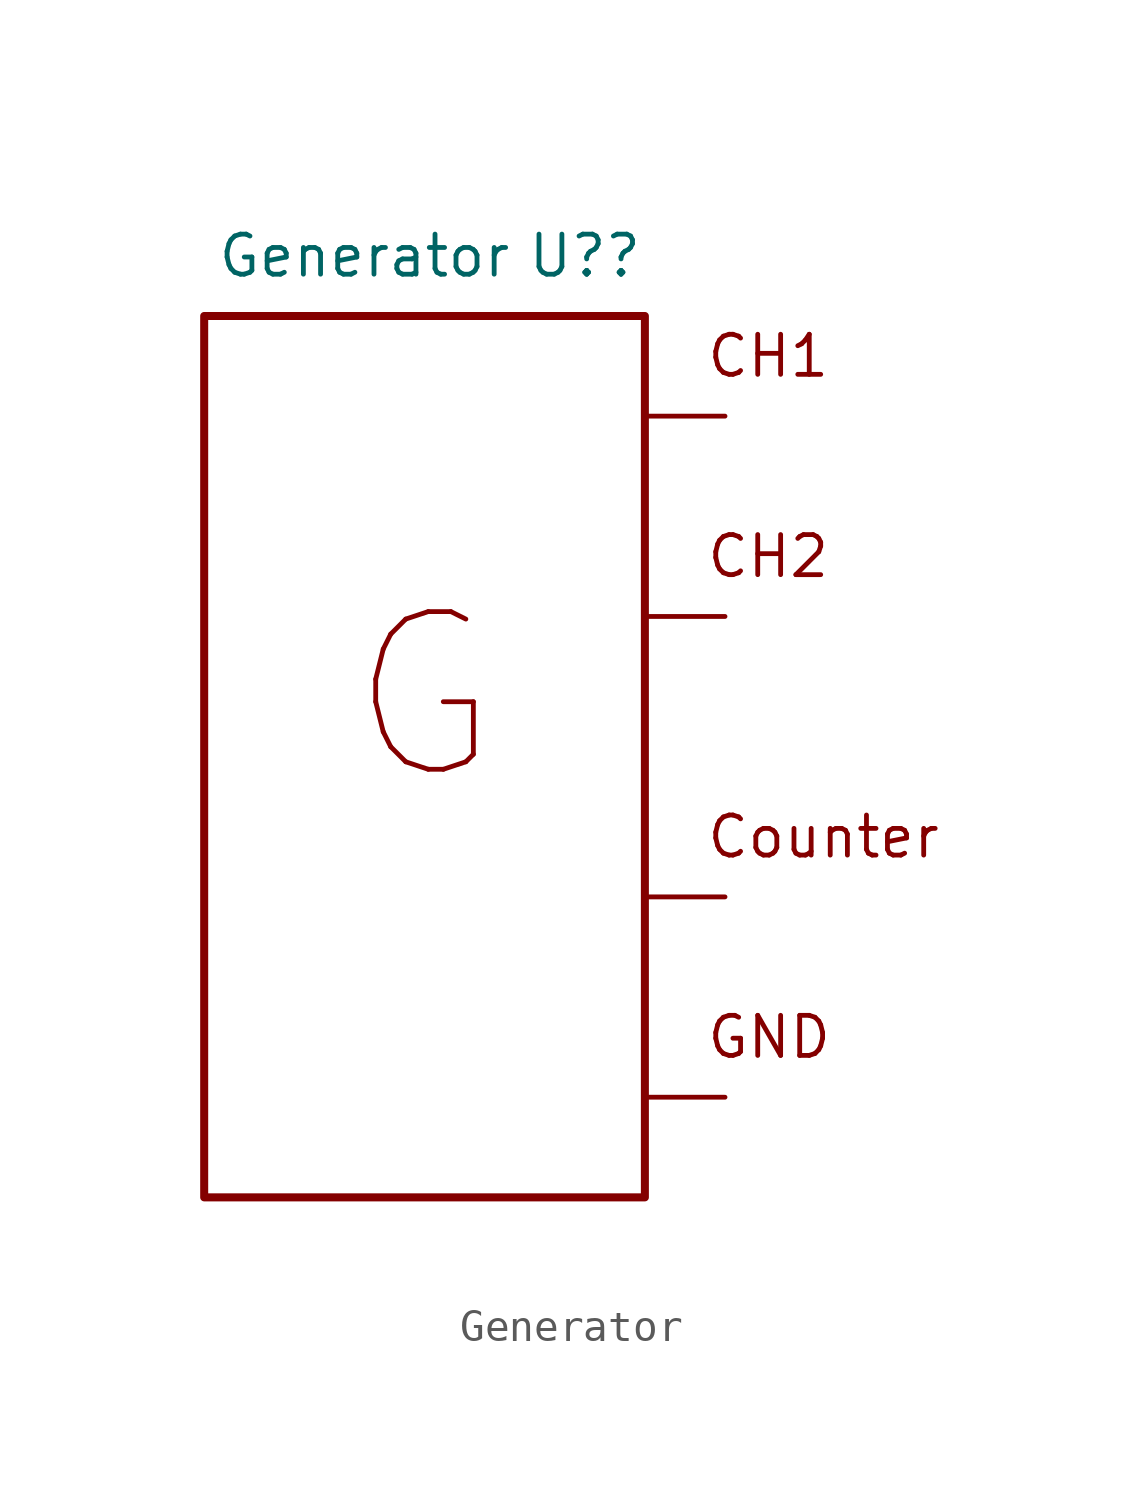
<source format=kicad_sym>
(kicad_symbol_lib
  (version 20211014)
  (generator kicad_symbol_editor)
  (symbol "Generator"
    (pin_names
      (offset 1.016))
    (property "Reference" "U?"
      (at 12.065 29.845 0)
      (effects (font (size 1.27 1.27))))
    (property "Value" "Generator"
      (at 5.08 29.845 0)
      (effects (font (size 1.27 1.27))))
    (symbol "Generator_0_1"
      (rectangle (start 13.97 0) (end 0 27.94) (stroke (width 0.254) (type default) (color 0 0 0 0)) (fill (type none))))
    (symbol "Generator_1_1"
      (text "CH1" (at 15.875 26.67 0) (effects (font (size 1.27 1.27)) (justify left)))
      (text "CH2" (at 15.875 20.32 0) (effects (font (size 1.27 1.27)) (justify left)))
      (text "Counter" (at 15.875 11.43 0) (effects (font (size 1.27 1.27)) (justify left)))
      (text "G" (at 6.985 15.875 0) (effects (font (size 5 5))))
      (text "GND" (at 15.875 5.08 0) (effects (font (size 1.27 1.27)) (justify left)))
      (text "~" (at 6.985 10.795 0) (effects (font (size 5 5))))
      (text "~" (at 6.985 12.065 0) (effects (font (size 5 5))))
      (pin passive line (at 16.51 3.175 180) (length 2.54) (name "~" (effects (font (size 1.27 1.27)))) (number "" (effects (font (size 1.27 1.27)))))
      (pin input line (at 16.51 9.525 180) (length 2.54) (name "~" (effects (font (size 1.27 1.27)))) (number "" (effects (font (size 1.27 1.27)))))
      (pin output line (at 16.51 18.415 180) (length 2.54) (name "~" (effects (font (size 1.27 1.27)))) (number "" (effects (font (size 1.27 1.27)))))
      (pin output line (at 16.51 24.765 180) (length 2.54) (name "~" (effects (font (size 1.27 1.27)))) (number "" (effects (font (size 1.27 1.27))))))))
</source>
